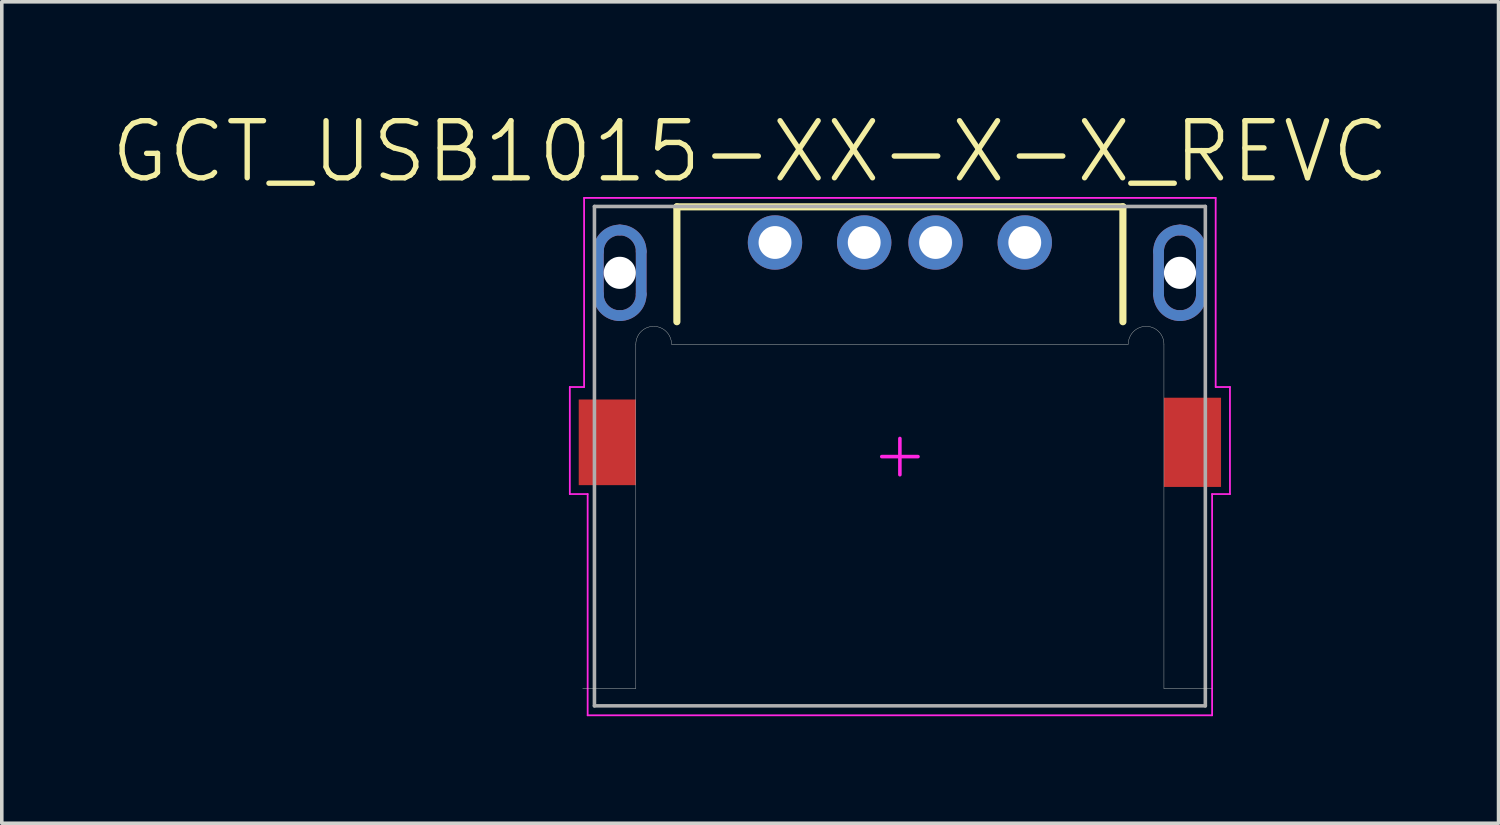
<source format=kicad_pcb>
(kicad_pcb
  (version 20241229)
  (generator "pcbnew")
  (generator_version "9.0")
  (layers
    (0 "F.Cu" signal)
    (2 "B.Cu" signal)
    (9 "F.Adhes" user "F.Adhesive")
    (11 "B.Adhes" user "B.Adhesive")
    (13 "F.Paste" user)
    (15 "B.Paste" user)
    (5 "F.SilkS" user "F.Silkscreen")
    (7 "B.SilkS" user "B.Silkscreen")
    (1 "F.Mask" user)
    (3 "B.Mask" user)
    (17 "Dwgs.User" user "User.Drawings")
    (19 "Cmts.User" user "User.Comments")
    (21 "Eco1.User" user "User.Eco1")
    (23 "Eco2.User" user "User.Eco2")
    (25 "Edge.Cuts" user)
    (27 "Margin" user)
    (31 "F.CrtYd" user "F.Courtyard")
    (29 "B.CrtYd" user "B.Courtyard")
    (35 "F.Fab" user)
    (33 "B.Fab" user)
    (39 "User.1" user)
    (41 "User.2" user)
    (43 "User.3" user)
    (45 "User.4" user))
  (footprint "GCT_USB1015-XX-X-X_REVC"
    (layer "F.Cu")
    (at 22.169 9.746)
    (property "Reference" "GCT_USB1015-XX-X-X_REVC" (at -4.196 -8.546 0) (layer "F.SilkS") (effects (font (size 1.6 1.6) (thickness 0.15))))
    (attr through_hole)
    (fp_line (start -8.45 -4.55) (end -8.45 -5.75) (stroke (width 0.3) (type solid)) (layer "F.Cu"))
    (fp_line (start -7.25 -5.75) (end -7.25 -4.55) (stroke (width 0.3) (type solid)) (layer "F.Cu"))
    (fp_line (start 7.25 -4.55) (end 7.25 -5.75) (stroke (width 0.3) (type solid)) (layer "F.Cu"))
    (fp_line (start 8.45 -5.75) (end 8.45 -4.55) (stroke (width 0.3) (type solid)) (layer "F.Cu"))
    (fp_arc (start -8.45 -5.75) (mid -8.274264 -6.174264) (end -7.85 -6.35) (stroke (width 0.3) (type solid)) (layer "F.Cu"))
    (fp_arc (start -7.85 -6.35) (mid -7.425736 -6.174264) (end -7.25 -5.75) (stroke (width 0.3) (type solid)) (layer "F.Cu"))
    (fp_arc (start -7.85 -3.95) (mid -8.274264 -4.125736) (end -8.45 -4.55) (stroke (width 0.3) (type solid)) (layer "F.Cu"))
    (fp_arc (start -7.25 -4.55) (mid -7.425736 -4.125736) (end -7.85 -3.95) (stroke (width 0.3) (type solid)) (layer "F.Cu"))
    (fp_arc (start 7.25 -5.75) (mid 7.425736 -6.174264) (end 7.85 -6.35) (stroke (width 0.3) (type solid)) (layer "F.Cu"))
    (fp_arc (start 7.85 -6.35) (mid 8.274264 -6.174264) (end 8.45 -5.75) (stroke (width 0.3) (type solid)) (layer "F.Cu"))
    (fp_arc (start 7.85 -3.95) (mid 7.425736 -4.125736) (end 7.25 -4.55) (stroke (width 0.3) (type solid)) (layer "F.Cu"))
    (fp_arc (start 8.45 -4.55) (mid 8.274264 -4.125736) (end 7.85 -3.95) (stroke (width 0.3) (type solid)) (layer "F.Cu"))
    (fp_poly (pts (xy -8.65 -4.55) (xy -8.65 -5.75) (xy -8.649 -5.792) (xy -8.646 -5.834) (xy -8.64 -5.875) (xy -8.633 -5.916) (xy -8.623 -5.957) (xy -8.611 -5.997) (xy -8.597 -6.037) (xy -8.581 -6.075) (xy -8.563 -6.113) (xy -8.543 -6.15) (xy -8.521 -6.186) (xy -8.497 -6.22) (xy -8.472 -6.253) (xy -8.445 -6.285) (xy -8.416 -6.316) (xy -8.385 -6.345) (xy -8.353 -6.372) (xy -8.32 -6.397) (xy -8.286 -6.421) (xy -8.25 -6.443) (xy -8.213 -6.463) (xy -8.175 -6.481) (xy -8.137 -6.497) (xy -8.097 -6.511) (xy -8.057 -6.523) (xy -8.016 -6.533) (xy -7.975 -6.54) (xy -7.934 -6.546) (xy -7.892 -6.549) (xy -7.85 -6.55) (xy -7.808 -6.549) (xy -7.766 -6.546) (xy -7.725 -6.54) (xy -7.684 -6.533) (xy -7.643 -6.523) (xy -7.603 -6.511) (xy -7.563 -6.497) (xy -7.525 -6.481) (xy -7.487 -6.463) (xy -7.45 -6.443) (xy -7.414 -6.421) (xy -7.38 -6.397) (xy -7.347 -6.372) (xy -7.315 -6.345) (xy -7.284 -6.316) (xy -7.255 -6.285) (xy -7.228 -6.253) (xy -7.203 -6.22) (xy -7.179 -6.186) (xy -7.157 -6.15) (xy -7.137 -6.113) (xy -7.119 -6.075) (xy -7.103 -6.037) (xy -7.089 -5.997) (xy -7.077 -5.957) (xy -7.067 -5.916) (xy -7.06 -5.875) (xy -7.054 -5.834) (xy -7.051 -5.792) (xy -7.05 -5.75) (xy -7.05 -4.55) (xy -7.051 -4.508) (xy -7.054 -4.466) (xy -7.06 -4.425) (xy -7.067 -4.384) (xy -7.077 -4.343) (xy -7.089 -4.303) (xy -7.103 -4.263) (xy -7.119 -4.225) (xy -7.137 -4.187) (xy -7.157 -4.15) (xy -7.179 -4.114) (xy -7.203 -4.08) (xy -7.228 -4.047) (xy -7.255 -4.015) (xy -7.284 -3.984) (xy -7.315 -3.955) (xy -7.347 -3.928) (xy -7.38 -3.903) (xy -7.414 -3.879) (xy -7.45 -3.857) (xy -7.487 -3.837) (xy -7.525 -3.819) (xy -7.563 -3.803) (xy -7.603 -3.789) (xy -7.643 -3.777) (xy -7.684 -3.767) (xy -7.725 -3.76) (xy -7.766 -3.754) (xy -7.808 -3.751) (xy -7.85 -3.75) (xy -7.892 -3.751) (xy -7.934 -3.754) (xy -7.975 -3.76) (xy -8.016 -3.767) (xy -8.057 -3.777) (xy -8.097 -3.789) (xy -8.137 -3.803) (xy -8.175 -3.819) (xy -8.213 -3.837) (xy -8.25 -3.857) (xy -8.286 -3.879) (xy -8.32 -3.903) (xy -8.353 -3.928) (xy -8.385 -3.955) (xy -8.416 -3.984) (xy -8.445 -4.015) (xy -8.472 -4.047) (xy -8.497 -4.08) (xy -8.521 -4.114) (xy -8.543 -4.15) (xy -8.563 -4.187) (xy -8.581 -4.225) (xy -8.597 -4.263) (xy -8.611 -4.303) (xy -8.623 -4.343) (xy -8.633 -4.384) (xy -8.64 -4.425) (xy -8.646 -4.466) (xy -8.649 -4.508) (xy -8.65 -4.55)) (stroke (width 0.001) (type solid)) (fill yes) (layer "F.Mask"))
    (fp_poly (pts (xy 7.05 -4.55) (xy 7.05 -5.75) (xy 7.051 -5.792) (xy 7.054 -5.834) (xy 7.06 -5.875) (xy 7.067 -5.916) (xy 7.077 -5.957) (xy 7.089 -5.997) (xy 7.103 -6.037) (xy 7.119 -6.075) (xy 7.137 -6.113) (xy 7.157 -6.15) (xy 7.179 -6.186) (xy 7.203 -6.22) (xy 7.228 -6.253) (xy 7.255 -6.285) (xy 7.284 -6.316) (xy 7.315 -6.345) (xy 7.347 -6.372) (xy 7.38 -6.397) (xy 7.414 -6.421) (xy 7.45 -6.443) (xy 7.487 -6.463) (xy 7.525 -6.481) (xy 7.563 -6.497) (xy 7.603 -6.511) (xy 7.643 -6.523) (xy 7.684 -6.533) (xy 7.725 -6.54) (xy 7.766 -6.546) (xy 7.808 -6.549) (xy 7.85 -6.55) (xy 7.892 -6.549) (xy 7.934 -6.546) (xy 7.975 -6.54) (xy 8.016 -6.533) (xy 8.057 -6.523) (xy 8.097 -6.511) (xy 8.137 -6.497) (xy 8.175 -6.481) (xy 8.213 -6.463) (xy 8.25 -6.443) (xy 8.286 -6.421) (xy 8.32 -6.397) (xy 8.353 -6.372) (xy 8.385 -6.345) (xy 8.416 -6.316) (xy 8.445 -6.285) (xy 8.472 -6.253) (xy 8.497 -6.22) (xy 8.521 -6.186) (xy 8.543 -6.15) (xy 8.563 -6.113) (xy 8.581 -6.075) (xy 8.597 -6.037) (xy 8.611 -5.997) (xy 8.623 -5.957) (xy 8.633 -5.916) (xy 8.64 -5.875) (xy 8.646 -5.834) (xy 8.649 -5.792) (xy 8.65 -5.75) (xy 8.65 -4.55) (xy 8.649 -4.508) (xy 8.646 -4.466) (xy 8.64 -4.425) (xy 8.633 -4.384) (xy 8.623 -4.343) (xy 8.611 -4.303) (xy 8.597 -4.263) (xy 8.581 -4.225) (xy 8.563 -4.187) (xy 8.543 -4.15) (xy 8.521 -4.114) (xy 8.497 -4.08) (xy 8.472 -4.047) (xy 8.445 -4.015) (xy 8.416 -3.984) (xy 8.385 -3.955) (xy 8.353 -3.928) (xy 8.32 -3.903) (xy 8.286 -3.879) (xy 8.25 -3.857) (xy 8.213 -3.837) (xy 8.175 -3.819) (xy 8.137 -3.803) (xy 8.097 -3.789) (xy 8.057 -3.777) (xy 8.016 -3.767) (xy 7.975 -3.76) (xy 7.934 -3.754) (xy 7.892 -3.751) (xy 7.85 -3.75) (xy 7.808 -3.751) (xy 7.766 -3.754) (xy 7.725 -3.76) (xy 7.684 -3.767) (xy 7.643 -3.777) (xy 7.603 -3.789) (xy 7.563 -3.803) (xy 7.525 -3.819) (xy 7.487 -3.837) (xy 7.45 -3.857) (xy 7.414 -3.879) (xy 7.38 -3.903) (xy 7.347 -3.928) (xy 7.315 -3.955) (xy 7.284 -3.984) (xy 7.255 -4.015) (xy 7.228 -4.047) (xy 7.203 -4.08) (xy 7.179 -4.114) (xy 7.157 -4.15) (xy 7.137 -4.187) (xy 7.119 -4.225) (xy 7.103 -4.263) (xy 7.089 -4.303) (xy 7.077 -4.343) (xy 7.067 -4.384) (xy 7.06 -4.425) (xy 7.054 -4.466) (xy 7.051 -4.508) (xy 7.05 -4.55)) (stroke (width 0.001) (type solid)) (fill yes) (layer "F.Mask"))
    (fp_line (start -8.45 -4.55) (end -8.45 -5.75) (stroke (width 0.3) (type solid)) (layer "B.Cu"))
    (fp_line (start -7.25 -5.75) (end -7.25 -4.55) (stroke (width 0.3) (type solid)) (layer "B.Cu"))
    (fp_line (start 7.25 -4.55) (end 7.25 -5.75) (stroke (width 0.3) (type solid)) (layer "B.Cu"))
    (fp_line (start 8.45 -5.75) (end 8.45 -4.55) (stroke (width 0.3) (type solid)) (layer "B.Cu"))
    (fp_arc (start -8.45 -5.75) (mid -8.274264 -6.174264) (end -7.85 -6.35) (stroke (width 0.3) (type solid)) (layer "B.Cu"))
    (fp_arc (start -7.85 -6.35) (mid -7.425736 -6.174264) (end -7.25 -5.75) (stroke (width 0.3) (type solid)) (layer "B.Cu"))
    (fp_arc (start -7.85 -3.95) (mid -8.274264 -4.125736) (end -8.45 -4.55) (stroke (width 0.3) (type solid)) (layer "B.Cu"))
    (fp_arc (start -7.25 -4.55) (mid -7.425736 -4.125736) (end -7.85 -3.95) (stroke (width 0.3) (type solid)) (layer "B.Cu"))
    (fp_arc (start 7.25 -5.75) (mid 7.425736 -6.174264) (end 7.85 -6.35) (stroke (width 0.3) (type solid)) (layer "B.Cu"))
    (fp_arc (start 7.85 -6.35) (mid 8.274264 -6.174264) (end 8.45 -5.75) (stroke (width 0.3) (type solid)) (layer "B.Cu"))
    (fp_arc (start 7.85 -3.95) (mid 7.425736 -4.125736) (end 7.25 -4.55) (stroke (width 0.3) (type solid)) (layer "B.Cu"))
    (fp_arc (start 8.45 -4.55) (mid 8.274264 -4.125736) (end 7.85 -3.95) (stroke (width 0.3) (type solid)) (layer "B.Cu"))
    (fp_poly (pts (xy -8.65 -4.55) (xy -8.65 -5.75) (xy -8.649 -5.792) (xy -8.646 -5.834) (xy -8.64 -5.875) (xy -8.633 -5.916) (xy -8.623 -5.957) (xy -8.611 -5.997) (xy -8.597 -6.037) (xy -8.581 -6.075) (xy -8.563 -6.113) (xy -8.543 -6.15) (xy -8.521 -6.186) (xy -8.497 -6.22) (xy -8.472 -6.253) (xy -8.445 -6.285) (xy -8.416 -6.316) (xy -8.385 -6.345) (xy -8.353 -6.372) (xy -8.32 -6.397) (xy -8.286 -6.421) (xy -8.25 -6.443) (xy -8.213 -6.463) (xy -8.175 -6.481) (xy -8.137 -6.497) (xy -8.097 -6.511) (xy -8.057 -6.523) (xy -8.016 -6.533) (xy -7.975 -6.54) (xy -7.934 -6.546) (xy -7.892 -6.549) (xy -7.85 -6.55) (xy -7.808 -6.549) (xy -7.766 -6.546) (xy -7.725 -6.54) (xy -7.684 -6.533) (xy -7.643 -6.523) (xy -7.603 -6.511) (xy -7.563 -6.497) (xy -7.525 -6.481) (xy -7.487 -6.463) (xy -7.45 -6.443) (xy -7.414 -6.421) (xy -7.38 -6.397) (xy -7.347 -6.372) (xy -7.315 -6.345) (xy -7.284 -6.316) (xy -7.255 -6.285) (xy -7.228 -6.253) (xy -7.203 -6.22) (xy -7.179 -6.186) (xy -7.157 -6.15) (xy -7.137 -6.113) (xy -7.119 -6.075) (xy -7.103 -6.037) (xy -7.089 -5.997) (xy -7.077 -5.957) (xy -7.067 -5.916) (xy -7.06 -5.875) (xy -7.054 -5.834) (xy -7.051 -5.792) (xy -7.05 -5.75) (xy -7.05 -4.55) (xy -7.051 -4.508) (xy -7.054 -4.466) (xy -7.06 -4.425) (xy -7.067 -4.384) (xy -7.077 -4.343) (xy -7.089 -4.303) (xy -7.103 -4.263) (xy -7.119 -4.225) (xy -7.137 -4.187) (xy -7.157 -4.15) (xy -7.179 -4.114) (xy -7.203 -4.08) (xy -7.228 -4.047) (xy -7.255 -4.015) (xy -7.284 -3.984) (xy -7.315 -3.955) (xy -7.347 -3.928) (xy -7.38 -3.903) (xy -7.414 -3.879) (xy -7.45 -3.857) (xy -7.487 -3.837) (xy -7.525 -3.819) (xy -7.563 -3.803) (xy -7.603 -3.789) (xy -7.643 -3.777) (xy -7.684 -3.767) (xy -7.725 -3.76) (xy -7.766 -3.754) (xy -7.808 -3.751) (xy -7.85 -3.75) (xy -7.892 -3.751) (xy -7.934 -3.754) (xy -7.975 -3.76) (xy -8.016 -3.767) (xy -8.057 -3.777) (xy -8.097 -3.789) (xy -8.137 -3.803) (xy -8.175 -3.819) (xy -8.213 -3.837) (xy -8.25 -3.857) (xy -8.286 -3.879) (xy -8.32 -3.903) (xy -8.353 -3.928) (xy -8.385 -3.955) (xy -8.416 -3.984) (xy -8.445 -4.015) (xy -8.472 -4.047) (xy -8.497 -4.08) (xy -8.521 -4.114) (xy -8.543 -4.15) (xy -8.563 -4.187) (xy -8.581 -4.225) (xy -8.597 -4.263) (xy -8.611 -4.303) (xy -8.623 -4.343) (xy -8.633 -4.384) (xy -8.64 -4.425) (xy -8.646 -4.466) (xy -8.649 -4.508) (xy -8.65 -4.55)) (stroke (width 0.001) (type solid)) (fill yes) (layer "B.Mask"))
    (fp_poly (pts (xy 7.05 -4.55) (xy 7.05 -5.75) (xy 7.051 -5.792) (xy 7.054 -5.834) (xy 7.06 -5.875) (xy 7.067 -5.916) (xy 7.077 -5.957) (xy 7.089 -5.997) (xy 7.103 -6.037) (xy 7.119 -6.075) (xy 7.137 -6.113) (xy 7.157 -6.15) (xy 7.179 -6.186) (xy 7.203 -6.22) (xy 7.228 -6.253) (xy 7.255 -6.285) (xy 7.284 -6.316) (xy 7.315 -6.345) (xy 7.347 -6.372) (xy 7.38 -6.397) (xy 7.414 -6.421) (xy 7.45 -6.443) (xy 7.487 -6.463) (xy 7.525 -6.481) (xy 7.563 -6.497) (xy 7.603 -6.511) (xy 7.643 -6.523) (xy 7.684 -6.533) (xy 7.725 -6.54) (xy 7.766 -6.546) (xy 7.808 -6.549) (xy 7.85 -6.55) (xy 7.892 -6.549) (xy 7.934 -6.546) (xy 7.975 -6.54) (xy 8.016 -6.533) (xy 8.057 -6.523) (xy 8.097 -6.511) (xy 8.137 -6.497) (xy 8.175 -6.481) (xy 8.213 -6.463) (xy 8.25 -6.443) (xy 8.286 -6.421) (xy 8.32 -6.397) (xy 8.353 -6.372) (xy 8.385 -6.345) (xy 8.416 -6.316) (xy 8.445 -6.285) (xy 8.472 -6.253) (xy 8.497 -6.22) (xy 8.521 -6.186) (xy 8.543 -6.15) (xy 8.563 -6.113) (xy 8.581 -6.075) (xy 8.597 -6.037) (xy 8.611 -5.997) (xy 8.623 -5.957) (xy 8.633 -5.916) (xy 8.64 -5.875) (xy 8.646 -5.834) (xy 8.649 -5.792) (xy 8.65 -5.75) (xy 8.65 -4.55) (xy 8.649 -4.508) (xy 8.646 -4.466) (xy 8.64 -4.425) (xy 8.633 -4.384) (xy 8.623 -4.343) (xy 8.611 -4.303) (xy 8.597 -4.263) (xy 8.581 -4.225) (xy 8.563 -4.187) (xy 8.543 -4.15) (xy 8.521 -4.114) (xy 8.497 -4.08) (xy 8.472 -4.047) (xy 8.445 -4.015) (xy 8.416 -3.984) (xy 8.385 -3.955) (xy 8.353 -3.928) (xy 8.32 -3.903) (xy 8.286 -3.879) (xy 8.25 -3.857) (xy 8.213 -3.837) (xy 8.175 -3.819) (xy 8.137 -3.803) (xy 8.097 -3.789) (xy 8.057 -3.777) (xy 8.016 -3.767) (xy 7.975 -3.76) (xy 7.934 -3.754) (xy 7.892 -3.751) (xy 7.85 -3.75) (xy 7.808 -3.751) (xy 7.766 -3.754) (xy 7.725 -3.76) (xy 7.684 -3.767) (xy 7.643 -3.777) (xy 7.603 -3.789) (xy 7.563 -3.803) (xy 7.525 -3.819) (xy 7.487 -3.837) (xy 7.45 -3.857) (xy 7.414 -3.879) (xy 7.38 -3.903) (xy 7.347 -3.928) (xy 7.315 -3.955) (xy 7.284 -3.984) (xy 7.255 -4.015) (xy 7.228 -4.047) (xy 7.203 -4.08) (xy 7.179 -4.114) (xy 7.157 -4.15) (xy 7.137 -4.187) (xy 7.119 -4.225) (xy 7.103 -4.263) (xy 7.089 -4.303) (xy 7.077 -4.343) (xy 7.067 -4.384) (xy 7.06 -4.425) (xy 7.054 -4.466) (xy 7.051 -4.508) (xy 7.05 -4.55)) (stroke (width 0.001) (type solid)) (fill yes) (layer "B.Mask"))
    (fp_line (start -6.25 -7) (end 6.25 -7) (stroke (width 0.2) (type solid)) (layer "F.SilkS"))
    (fp_line (start -6.25 -3.78) (end -6.25 -7) (stroke (width 0.2) (type solid)) (layer "F.SilkS"))
    (fp_line (start 6.25 -3.78) (end 6.25 -7) (stroke (width 0.2) (type solid)) (layer "F.SilkS"))
    (fp_line (start -8.45 -4.55) (end -8.45 -5.75) (stroke (width 0.3) (type solid)) (layer "F.Paste"))
    (fp_line (start -7.25 -5.75) (end -7.25 -4.55) (stroke (width 0.3) (type solid)) (layer "F.Paste"))
    (fp_line (start 7.25 -4.55) (end 7.25 -5.75) (stroke (width 0.3) (type solid)) (layer "F.Paste"))
    (fp_line (start 8.45 -5.75) (end 8.45 -4.55) (stroke (width 0.3) (type solid)) (layer "F.Paste"))
    (fp_arc (start -8.45 -5.75) (mid -8.274264 -6.174264) (end -7.85 -6.35) (stroke (width 0.3) (type solid)) (layer "F.Paste"))
    (fp_arc (start -7.85 -6.35) (mid -7.425736 -6.174264) (end -7.25 -5.75) (stroke (width 0.3) (type solid)) (layer "F.Paste"))
    (fp_arc (start -7.85 -3.95) (mid -8.274264 -4.125736) (end -8.45 -4.55) (stroke (width 0.3) (type solid)) (layer "F.Paste"))
    (fp_arc (start -7.25 -4.55) (mid -7.425736 -4.125736) (end -7.85 -3.95) (stroke (width 0.3) (type solid)) (layer "F.Paste"))
    (fp_arc (start 7.25 -5.75) (mid 7.425736 -6.174264) (end 7.85 -6.35) (stroke (width 0.3) (type solid)) (layer "F.Paste"))
    (fp_arc (start 7.85 -6.35) (mid 8.274264 -6.174264) (end 8.45 -5.75) (stroke (width 0.3) (type solid)) (layer "F.Paste"))
    (fp_arc (start 7.85 -3.95) (mid 7.425736 -4.125736) (end 7.25 -4.55) (stroke (width 0.3) (type solid)) (layer "F.Paste"))
    (fp_arc (start 8.45 -4.55) (mid 8.274264 -4.125736) (end 7.85 -3.95) (stroke (width 0.3) (type solid)) (layer "F.Paste"))
    (fp_line (start -8.45 -4.55) (end -8.45 -5.75) (stroke (width 0.3) (type solid)) (layer "B.Paste"))
    (fp_line (start -7.25 -5.75) (end -7.25 -4.55) (stroke (width 0.3) (type solid)) (layer "B.Paste"))
    (fp_line (start 7.25 -4.55) (end 7.25 -5.75) (stroke (width 0.3) (type solid)) (layer "B.Paste"))
    (fp_line (start 8.45 -5.75) (end 8.45 -4.55) (stroke (width 0.3) (type solid)) (layer "B.Paste"))
    (fp_arc (start -8.45 -5.75) (mid -8.274264 -6.174264) (end -7.85 -6.35) (stroke (width 0.3) (type solid)) (layer "B.Paste"))
    (fp_arc (start -7.85 -6.35) (mid -7.425736 -6.174264) (end -7.25 -5.75) (stroke (width 0.3) (type solid)) (layer "B.Paste"))
    (fp_arc (start -7.85 -3.95) (mid -8.274264 -4.125736) (end -8.45 -4.55) (stroke (width 0.3) (type solid)) (layer "B.Paste"))
    (fp_arc (start -7.25 -4.55) (mid -7.425736 -4.125736) (end -7.85 -3.95) (stroke (width 0.3) (type solid)) (layer "B.Paste"))
    (fp_arc (start 7.25 -5.75) (mid 7.425736 -6.174264) (end 7.85 -6.35) (stroke (width 0.3) (type solid)) (layer "B.Paste"))
    (fp_arc (start 7.85 -6.35) (mid 8.274264 -6.174264) (end 8.45 -5.75) (stroke (width 0.3) (type solid)) (layer "B.Paste"))
    (fp_arc (start 7.85 -3.95) (mid 7.425736 -4.125736) (end 7.25 -4.55) (stroke (width 0.3) (type solid)) (layer "B.Paste"))
    (fp_arc (start 8.45 -4.55) (mid 8.274264 -4.125736) (end 7.85 -3.95) (stroke (width 0.3) (type solid)) (layer "B.Paste"))
    (fp_line (start -8.89 6.5) (end -7.4 6.5) (stroke (width 0.01) (type solid)) (layer "Edge.Cuts"))
    (fp_line (start -8.3 -4.55) (end -8.3 -5.75) (stroke (width 0.001) (type solid)) (layer "Edge.Cuts"))
    (fp_line (start -7.4 -5.75) (end -7.4 -4.55) (stroke (width 0.001) (type solid)) (layer "Edge.Cuts"))
    (fp_line (start -7.4 6.5) (end -7.4 -3.15) (stroke (width 0.01) (type solid)) (layer "Edge.Cuts"))
    (fp_line (start -6.4 -3.15) (end 6.4 -3.15) (stroke (width 0.01) (type solid)) (layer "Edge.Cuts"))
    (fp_line (start 7.4 -4.55) (end 7.4 -5.75) (stroke (width 0.001) (type solid)) (layer "Edge.Cuts"))
    (fp_line (start 7.4 6.5) (end 7.4 -3.15) (stroke (width 0.01) (type solid)) (layer "Edge.Cuts"))
    (fp_line (start 7.4 6.5) (end 8.738 6.5) (stroke (width 0.01) (type solid)) (layer "Edge.Cuts"))
    (fp_line (start 8.3 -5.75) (end 8.3 -4.55) (stroke (width 0.001) (type solid)) (layer "Edge.Cuts"))
    (fp_arc (start -8.3 -5.75) (mid -8.168198 -6.068198) (end -7.85 -6.2) (stroke (width 0.001) (type solid)) (layer "Edge.Cuts"))
    (fp_arc (start -7.85 -6.2) (mid -7.531802 -6.068198) (end -7.4 -5.75) (stroke (width 0.001) (type solid)) (layer "Edge.Cuts"))
    (fp_arc (start -7.85 -4.1) (mid -8.168198 -4.231802) (end -8.3 -4.55) (stroke (width 0.001) (type solid)) (layer "Edge.Cuts"))
    (fp_arc (start -7.4 -4.55) (mid -7.531802 -4.231802) (end -7.85 -4.1) (stroke (width 0.001) (type solid)) (layer "Edge.Cuts"))
    (fp_arc (start -7.4 -3.15) (mid -6.9 -3.65) (end -6.4 -3.15) (stroke (width 0.01) (type solid)) (layer "Edge.Cuts"))
    (fp_arc (start 6.4 -3.15) (mid 6.9 -3.65) (end 7.4 -3.15) (stroke (width 0.01) (type solid)) (layer "Edge.Cuts"))
    (fp_arc (start 7.4 -5.75) (mid 7.531802 -6.068198) (end 7.85 -6.2) (stroke (width 0.001) (type solid)) (layer "Edge.Cuts"))
    (fp_arc (start 7.85 -6.2) (mid 8.168198 -6.068198) (end 8.3 -5.75) (stroke (width 0.001) (type solid)) (layer "Edge.Cuts"))
    (fp_arc (start 7.85 -4.1) (mid 7.531802 -4.231802) (end 7.4 -4.55) (stroke (width 0.001) (type solid)) (layer "Edge.Cuts"))
    (fp_arc (start 8.3 -4.55) (mid 8.168198 -4.231802) (end 7.85 -4.1) (stroke (width 0.001) (type solid)) (layer "Edge.Cuts"))
    (fp_line (start -9.25 -1.95) (end -8.85 -1.95) (stroke (width 0.05) (type solid)) (layer "F.CrtYd"))
    (fp_line (start -9.25 1.05) (end -9.25 -1.95) (stroke (width 0.05) (type solid)) (layer "F.CrtYd"))
    (fp_line (start -9.25 1.05) (end -8.75 1.05) (stroke (width 0.05) (type solid)) (layer "F.CrtYd"))
    (fp_line (start -8.85 -7.25) (end 8.85 -7.25) (stroke (width 0.05) (type solid)) (layer "F.CrtYd"))
    (fp_line (start -8.85 -1.95) (end -8.85 -7.25) (stroke (width 0.05) (type solid)) (layer "F.CrtYd"))
    (fp_line (start -8.75 7.25) (end -8.75 1.05) (stroke (width 0.05) (type solid)) (layer "F.CrtYd"))
    (fp_line (start -8.75 7.25) (end 8.75 7.25) (stroke (width 0.05) (type solid)) (layer "F.CrtYd"))
    (fp_line (start -0.508 0) (end 0.508 0) (stroke (width 0.1) (type solid)) (layer "F.CrtYd"))
    (fp_line (start 0 0.508) (end 0 -0.508) (stroke (width 0.1) (type solid)) (layer "F.CrtYd"))
    (fp_line (start 8.75 1.05) (end 9.25 1.05) (stroke (width 0.05) (type solid)) (layer "F.CrtYd"))
    (fp_line (start 8.75 7.25) (end 8.75 1.05) (stroke (width 0.05) (type solid)) (layer "F.CrtYd"))
    (fp_line (start 8.85 -1.95) (end 8.85 -7.25) (stroke (width 0.05) (type solid)) (layer "F.CrtYd"))
    (fp_line (start 8.85 -1.95) (end 9.25 -1.95) (stroke (width 0.05) (type solid)) (layer "F.CrtYd"))
    (fp_line (start 9.25 1.05) (end 9.25 -1.95) (stroke (width 0.05) (type solid)) (layer "F.CrtYd"))
    (fp_line (start -8.56 -7.01) (end 8.56 -7.01) (stroke (width 0.1) (type solid)) (layer "F.Fab"))
    (fp_line (start -8.56 6.985) (end -8.56 -7.01) (stroke (width 0.1) (type solid)) (layer "F.Fab"))
    (fp_line (start -8.56 6.985) (end 8.56 6.985) (stroke (width 0.1) (type solid)) (layer "F.Fab"))
    (fp_line (start 8.56 6.985) (end 8.56 -7.01) (stroke (width 0.1) (type solid)) (layer "F.Fab"))
    (pad "" np_thru_hole circle (at -7.85 -5.15) (size 0.9 0.9) (drill 0.9) (layers "*.Cu" "*.Mask"))
    (pad "" np_thru_hole circle (at 7.85 -5.15) (size 0.9 0.9) (drill 0.9) (layers "*.Cu" "*.Mask"))
    (pad "1" thru_hole circle (at -3.5 -6) (size 1.524 1.524) (drill 0.92) (layers "*.Cu" "*.Mask"))
    (pad "2" thru_hole circle (at -1 -6) (size 1.524 1.524) (drill 0.92) (layers "*.Cu" "*.Mask"))
    (pad "3" thru_hole circle (at 1 -6) (size 1.524 1.524) (drill 0.92) (layers "*.Cu" "*.Mask"))
    (pad "4" thru_hole circle (at 3.5 -6) (size 1.524 1.524) (drill 0.92) (layers "*.Cu" "*.Mask"))
    (pad "5" smd rect (at -7.85 -6.35) (size 0.2 0.2) (layers "F.Cu" "F.Mask" "F.Paste"))
    (pad "6" smd rect (at 7.85 -6.35) (size 0.2 0.2) (layers "F.Cu"))
    (pad "7" smd rect (at -8.2 -0.4) (size 1.6 2.4) (layers "F.Cu" "F.Mask" "F.Paste"))
    (pad "8" smd rect (at 8.2 -0.4) (size 1.6 2.5) (layers "F.Cu" "F.Mask" "F.Paste")))
  (gr_rect
    (start -3 -3)
    (end 38.946 20.021)
    (stroke (width 0.1) (type default))
    (fill no)
    (layer "Edge.Cuts")))
</source>
